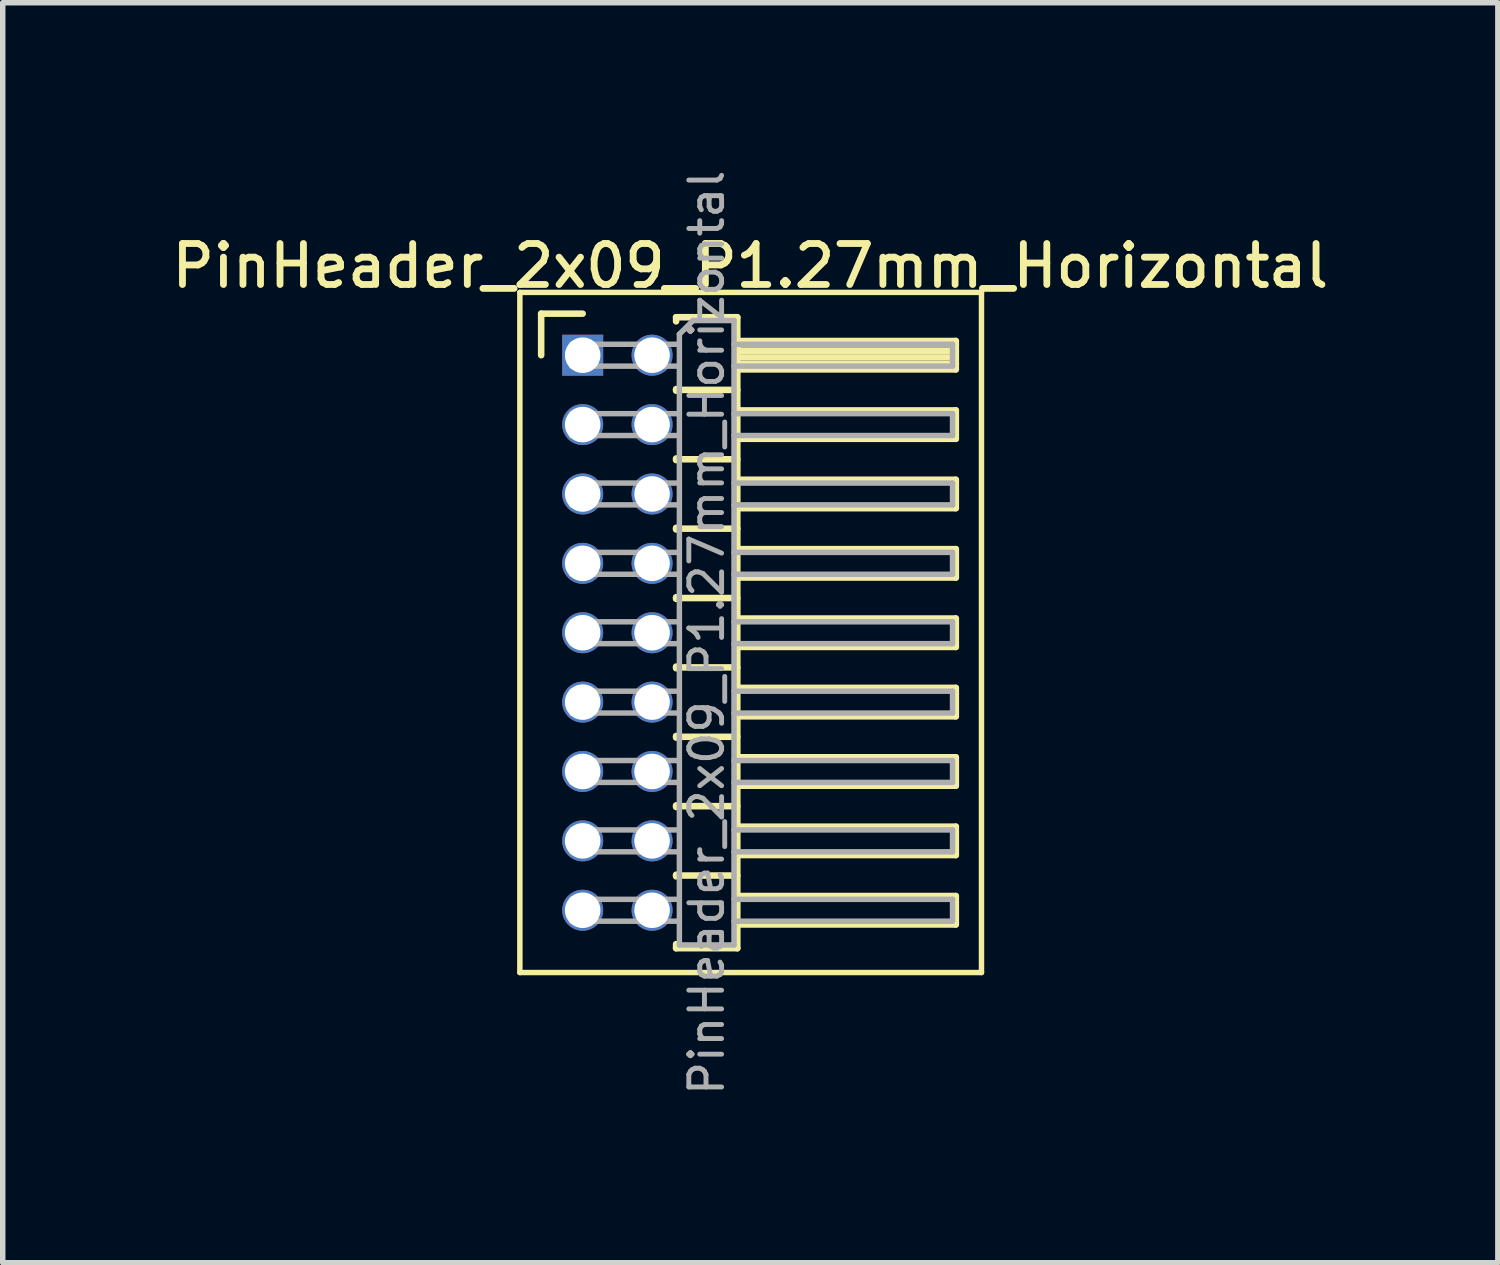
<source format=kicad_pcb>
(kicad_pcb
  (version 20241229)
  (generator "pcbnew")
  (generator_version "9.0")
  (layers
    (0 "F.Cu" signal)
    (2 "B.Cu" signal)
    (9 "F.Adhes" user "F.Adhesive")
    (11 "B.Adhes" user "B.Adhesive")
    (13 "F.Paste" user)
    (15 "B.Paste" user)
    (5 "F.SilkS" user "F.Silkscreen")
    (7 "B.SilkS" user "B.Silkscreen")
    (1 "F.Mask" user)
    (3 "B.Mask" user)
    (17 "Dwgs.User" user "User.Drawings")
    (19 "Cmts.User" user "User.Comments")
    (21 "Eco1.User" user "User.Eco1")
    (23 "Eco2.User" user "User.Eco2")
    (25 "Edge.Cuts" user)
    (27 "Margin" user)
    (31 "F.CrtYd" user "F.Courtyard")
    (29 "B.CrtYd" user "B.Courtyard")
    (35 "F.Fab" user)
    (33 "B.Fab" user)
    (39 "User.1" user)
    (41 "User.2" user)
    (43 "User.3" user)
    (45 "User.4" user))
  (footprint "PinHeader_2x09_P1.27mm_Horizontal"
    (layer "F.Cu")
    (at 7.616 3.452)
    (property "Reference" "PinHeader_2x09_P1.27mm_Horizontal" (at 3.067 -1.635 0) (layer "F.SilkS") (effects (font (size 0.75 0.75) (thickness 0.125))))
    (attr through_hole)
    (fp_line (start -1.15 -1.15) (end -1.15 11.3) (stroke (width 0.1) (type solid)) (layer "F.SilkS"))
    (fp_line (start -1.15 11.3) (end 7.3 11.3) (stroke (width 0.1) (type solid)) (layer "F.SilkS"))
    (fp_line (start -0.76 -0.76) (end 0 -0.76) (stroke (width 0.12) (type solid)) (layer "F.SilkS"))
    (fp_line (start -0.76 0) (end -0.76 -0.76) (stroke (width 0.12) (type solid)) (layer "F.SilkS"))
    (fp_line (start 1.71 -0.695) (end 2.83 -0.695) (stroke (width 0.12) (type solid)) (layer "F.SilkS"))
    (fp_line (start 1.71 -0.62) (end 1.71 -0.695) (stroke (width 0.12) (type solid)) (layer "F.SilkS"))
    (fp_line (start 1.71 0.62) (end 1.71 0.65) (stroke (width 0.12) (type solid)) (layer "F.SilkS"))
    (fp_line (start 1.71 0.635) (end 2.83 0.635) (stroke (width 0.12) (type solid)) (layer "F.SilkS"))
    (fp_line (start 1.71 1.89) (end 1.71 1.92) (stroke (width 0.12) (type solid)) (layer "F.SilkS"))
    (fp_line (start 1.71 1.905) (end 2.83 1.905) (stroke (width 0.12) (type solid)) (layer "F.SilkS"))
    (fp_line (start 1.71 3.16) (end 1.71 3.19) (stroke (width 0.12) (type solid)) (layer "F.SilkS"))
    (fp_line (start 1.71 3.175) (end 2.83 3.175) (stroke (width 0.12) (type solid)) (layer "F.SilkS"))
    (fp_line (start 1.71 4.43) (end 1.71 4.46) (stroke (width 0.12) (type solid)) (layer "F.SilkS"))
    (fp_line (start 1.71 4.445) (end 2.83 4.445) (stroke (width 0.12) (type solid)) (layer "F.SilkS"))
    (fp_line (start 1.71 5.7) (end 1.71 5.73) (stroke (width 0.12) (type solid)) (layer "F.SilkS"))
    (fp_line (start 1.71 5.715) (end 2.83 5.715) (stroke (width 0.12) (type solid)) (layer "F.SilkS"))
    (fp_line (start 1.71 6.97) (end 1.71 7) (stroke (width 0.12) (type solid)) (layer "F.SilkS"))
    (fp_line (start 1.71 6.985) (end 2.83 6.985) (stroke (width 0.12) (type solid)) (layer "F.SilkS"))
    (fp_line (start 1.71 8.24) (end 1.71 8.27) (stroke (width 0.12) (type solid)) (layer "F.SilkS"))
    (fp_line (start 1.71 8.255) (end 2.83 8.255) (stroke (width 0.12) (type solid)) (layer "F.SilkS"))
    (fp_line (start 1.71 9.51) (end 1.71 9.54) (stroke (width 0.12) (type solid)) (layer "F.SilkS"))
    (fp_line (start 1.71 9.525) (end 2.83 9.525) (stroke (width 0.12) (type solid)) (layer "F.SilkS"))
    (fp_line (start 1.71 10.855) (end 1.71 10.78) (stroke (width 0.12) (type solid)) (layer "F.SilkS"))
    (fp_line (start 2.83 -0.695) (end 2.83 10.855) (stroke (width 0.12) (type solid)) (layer "F.SilkS"))
    (fp_line (start 2.83 -0.26) (end 6.83 -0.26) (stroke (width 0.12) (type solid)) (layer "F.SilkS"))
    (fp_line (start 2.83 -0.2) (end 6.83 -0.2) (stroke (width 0.12) (type solid)) (layer "F.SilkS"))
    (fp_line (start 2.83 -0.08) (end 6.83 -0.08) (stroke (width 0.12) (type solid)) (layer "F.SilkS"))
    (fp_line (start 2.83 0.04) (end 6.83 0.04) (stroke (width 0.12) (type solid)) (layer "F.SilkS"))
    (fp_line (start 2.83 0.16) (end 6.83 0.16) (stroke (width 0.12) (type solid)) (layer "F.SilkS"))
    (fp_line (start 2.83 1.01) (end 6.83 1.01) (stroke (width 0.12) (type solid)) (layer "F.SilkS"))
    (fp_line (start 2.83 2.28) (end 6.83 2.28) (stroke (width 0.12) (type solid)) (layer "F.SilkS"))
    (fp_line (start 2.83 3.55) (end 6.83 3.55) (stroke (width 0.12) (type solid)) (layer "F.SilkS"))
    (fp_line (start 2.83 4.82) (end 6.83 4.82) (stroke (width 0.12) (type solid)) (layer "F.SilkS"))
    (fp_line (start 2.83 6.09) (end 6.83 6.09) (stroke (width 0.12) (type solid)) (layer "F.SilkS"))
    (fp_line (start 2.83 7.36) (end 6.83 7.36) (stroke (width 0.12) (type solid)) (layer "F.SilkS"))
    (fp_line (start 2.83 8.63) (end 6.83 8.63) (stroke (width 0.12) (type solid)) (layer "F.SilkS"))
    (fp_line (start 2.83 9.9) (end 6.83 9.9) (stroke (width 0.12) (type solid)) (layer "F.SilkS"))
    (fp_line (start 2.83 10.855) (end 1.71 10.855) (stroke (width 0.12) (type solid)) (layer "F.SilkS"))
    (fp_line (start 6.83 -0.26) (end 6.83 0.26) (stroke (width 0.12) (type solid)) (layer "F.SilkS"))
    (fp_line (start 6.83 0.26) (end 2.83 0.26) (stroke (width 0.12) (type solid)) (layer "F.SilkS"))
    (fp_line (start 6.83 1.01) (end 6.83 1.53) (stroke (width 0.12) (type solid)) (layer "F.SilkS"))
    (fp_line (start 6.83 1.53) (end 2.83 1.53) (stroke (width 0.12) (type solid)) (layer "F.SilkS"))
    (fp_line (start 6.83 2.28) (end 6.83 2.8) (stroke (width 0.12) (type solid)) (layer "F.SilkS"))
    (fp_line (start 6.83 2.8) (end 2.83 2.8) (stroke (width 0.12) (type solid)) (layer "F.SilkS"))
    (fp_line (start 6.83 3.55) (end 6.83 4.07) (stroke (width 0.12) (type solid)) (layer "F.SilkS"))
    (fp_line (start 6.83 4.07) (end 2.83 4.07) (stroke (width 0.12) (type solid)) (layer "F.SilkS"))
    (fp_line (start 6.83 4.82) (end 6.83 5.34) (stroke (width 0.12) (type solid)) (layer "F.SilkS"))
    (fp_line (start 6.83 5.34) (end 2.83 5.34) (stroke (width 0.12) (type solid)) (layer "F.SilkS"))
    (fp_line (start 6.83 6.09) (end 6.83 6.61) (stroke (width 0.12) (type solid)) (layer "F.SilkS"))
    (fp_line (start 6.83 6.61) (end 2.83 6.61) (stroke (width 0.12) (type solid)) (layer "F.SilkS"))
    (fp_line (start 6.83 7.36) (end 6.83 7.88) (stroke (width 0.12) (type solid)) (layer "F.SilkS"))
    (fp_line (start 6.83 7.88) (end 2.83 7.88) (stroke (width 0.12) (type solid)) (layer "F.SilkS"))
    (fp_line (start 6.83 8.63) (end 6.83 9.15) (stroke (width 0.12) (type solid)) (layer "F.SilkS"))
    (fp_line (start 6.83 9.15) (end 2.83 9.15) (stroke (width 0.12) (type solid)) (layer "F.SilkS"))
    (fp_line (start 6.83 9.9) (end 6.83 10.42) (stroke (width 0.12) (type solid)) (layer "F.SilkS"))
    (fp_line (start 6.83 10.42) (end 2.83 10.42) (stroke (width 0.12) (type solid)) (layer "F.SilkS"))
    (fp_line (start 7.3 -1.15) (end -1.15 -1.15) (stroke (width 0.1) (type solid)) (layer "F.SilkS"))
    (fp_line (start 7.3 11.3) (end 7.3 -1.15) (stroke (width 0.1) (type solid)) (layer "F.SilkS"))
    (fp_line (start -0.2 -0.2) (end -0.2 0.2) (stroke (width 0.1) (type solid)) (layer "F.Fab"))
    (fp_line (start -0.2 -0.2) (end 1.77 -0.2) (stroke (width 0.1) (type solid)) (layer "F.Fab"))
    (fp_line (start -0.2 0.2) (end 1.77 0.2) (stroke (width 0.1) (type solid)) (layer "F.Fab"))
    (fp_line (start -0.2 1.07) (end -0.2 1.47) (stroke (width 0.1) (type solid)) (layer "F.Fab"))
    (fp_line (start -0.2 1.07) (end 1.77 1.07) (stroke (width 0.1) (type solid)) (layer "F.Fab"))
    (fp_line (start -0.2 1.47) (end 1.77 1.47) (stroke (width 0.1) (type solid)) (layer "F.Fab"))
    (fp_line (start -0.2 2.34) (end -0.2 2.74) (stroke (width 0.1) (type solid)) (layer "F.Fab"))
    (fp_line (start -0.2 2.34) (end 1.77 2.34) (stroke (width 0.1) (type solid)) (layer "F.Fab"))
    (fp_line (start -0.2 2.74) (end 1.77 2.74) (stroke (width 0.1) (type solid)) (layer "F.Fab"))
    (fp_line (start -0.2 3.61) (end -0.2 4.01) (stroke (width 0.1) (type solid)) (layer "F.Fab"))
    (fp_line (start -0.2 3.61) (end 1.77 3.61) (stroke (width 0.1) (type solid)) (layer "F.Fab"))
    (fp_line (start -0.2 4.01) (end 1.77 4.01) (stroke (width 0.1) (type solid)) (layer "F.Fab"))
    (fp_line (start -0.2 4.88) (end -0.2 5.28) (stroke (width 0.1) (type solid)) (layer "F.Fab"))
    (fp_line (start -0.2 4.88) (end 1.77 4.88) (stroke (width 0.1) (type solid)) (layer "F.Fab"))
    (fp_line (start -0.2 5.28) (end 1.77 5.28) (stroke (width 0.1) (type solid)) (layer "F.Fab"))
    (fp_line (start -0.2 6.15) (end -0.2 6.55) (stroke (width 0.1) (type solid)) (layer "F.Fab"))
    (fp_line (start -0.2 6.15) (end 1.77 6.15) (stroke (width 0.1) (type solid)) (layer "F.Fab"))
    (fp_line (start -0.2 6.55) (end 1.77 6.55) (stroke (width 0.1) (type solid)) (layer "F.Fab"))
    (fp_line (start -0.2 7.42) (end -0.2 7.82) (stroke (width 0.1) (type solid)) (layer "F.Fab"))
    (fp_line (start -0.2 7.42) (end 1.77 7.42) (stroke (width 0.1) (type solid)) (layer "F.Fab"))
    (fp_line (start -0.2 7.82) (end 1.77 7.82) (stroke (width 0.1) (type solid)) (layer "F.Fab"))
    (fp_line (start -0.2 8.69) (end -0.2 9.09) (stroke (width 0.1) (type solid)) (layer "F.Fab"))
    (fp_line (start -0.2 8.69) (end 1.77 8.69) (stroke (width 0.1) (type solid)) (layer "F.Fab"))
    (fp_line (start -0.2 9.09) (end 1.77 9.09) (stroke (width 0.1) (type solid)) (layer "F.Fab"))
    (fp_line (start -0.2 9.96) (end -0.2 10.36) (stroke (width 0.1) (type solid)) (layer "F.Fab"))
    (fp_line (start -0.2 9.96) (end 1.77 9.96) (stroke (width 0.1) (type solid)) (layer "F.Fab"))
    (fp_line (start -0.2 10.36) (end 1.77 10.36) (stroke (width 0.1) (type solid)) (layer "F.Fab"))
    (fp_line (start 1.77 -0.385) (end 2.02 -0.635) (stroke (width 0.1) (type solid)) (layer "F.Fab"))
    (fp_line (start 1.77 10.795) (end 1.77 -0.385) (stroke (width 0.1) (type solid)) (layer "F.Fab"))
    (fp_line (start 2.02 -0.635) (end 2.77 -0.635) (stroke (width 0.1) (type solid)) (layer "F.Fab"))
    (fp_line (start 2.77 -0.635) (end 2.77 10.795) (stroke (width 0.1) (type solid)) (layer "F.Fab"))
    (fp_line (start 2.77 -0.2) (end 6.77 -0.2) (stroke (width 0.1) (type solid)) (layer "F.Fab"))
    (fp_line (start 2.77 0.2) (end 6.77 0.2) (stroke (width 0.1) (type solid)) (layer "F.Fab"))
    (fp_line (start 2.77 1.07) (end 6.77 1.07) (stroke (width 0.1) (type solid)) (layer "F.Fab"))
    (fp_line (start 2.77 1.47) (end 6.77 1.47) (stroke (width 0.1) (type solid)) (layer "F.Fab"))
    (fp_line (start 2.77 2.34) (end 6.77 2.34) (stroke (width 0.1) (type solid)) (layer "F.Fab"))
    (fp_line (start 2.77 2.74) (end 6.77 2.74) (stroke (width 0.1) (type solid)) (layer "F.Fab"))
    (fp_line (start 2.77 3.61) (end 6.77 3.61) (stroke (width 0.1) (type solid)) (layer "F.Fab"))
    (fp_line (start 2.77 4.01) (end 6.77 4.01) (stroke (width 0.1) (type solid)) (layer "F.Fab"))
    (fp_line (start 2.77 4.88) (end 6.77 4.88) (stroke (width 0.1) (type solid)) (layer "F.Fab"))
    (fp_line (start 2.77 5.28) (end 6.77 5.28) (stroke (width 0.1) (type solid)) (layer "F.Fab"))
    (fp_line (start 2.77 6.15) (end 6.77 6.15) (stroke (width 0.1) (type solid)) (layer "F.Fab"))
    (fp_line (start 2.77 6.55) (end 6.77 6.55) (stroke (width 0.1) (type solid)) (layer "F.Fab"))
    (fp_line (start 2.77 7.42) (end 6.77 7.42) (stroke (width 0.1) (type solid)) (layer "F.Fab"))
    (fp_line (start 2.77 7.82) (end 6.77 7.82) (stroke (width 0.1) (type solid)) (layer "F.Fab"))
    (fp_line (start 2.77 8.69) (end 6.77 8.69) (stroke (width 0.1) (type solid)) (layer "F.Fab"))
    (fp_line (start 2.77 9.09) (end 6.77 9.09) (stroke (width 0.1) (type solid)) (layer "F.Fab"))
    (fp_line (start 2.77 9.96) (end 6.77 9.96) (stroke (width 0.1) (type solid)) (layer "F.Fab"))
    (fp_line (start 2.77 10.36) (end 6.77 10.36) (stroke (width 0.1) (type solid)) (layer "F.Fab"))
    (fp_line (start 2.77 10.795) (end 1.77 10.795) (stroke (width 0.1) (type solid)) (layer "F.Fab"))
    (fp_line (start 6.77 -0.2) (end 6.77 0.2) (stroke (width 0.1) (type solid)) (layer "F.Fab"))
    (fp_line (start 6.77 1.07) (end 6.77 1.47) (stroke (width 0.1) (type solid)) (layer "F.Fab"))
    (fp_line (start 6.77 2.34) (end 6.77 2.74) (stroke (width 0.1) (type solid)) (layer "F.Fab"))
    (fp_line (start 6.77 3.61) (end 6.77 4.01) (stroke (width 0.1) (type solid)) (layer "F.Fab"))
    (fp_line (start 6.77 4.88) (end 6.77 5.28) (stroke (width 0.1) (type solid)) (layer "F.Fab"))
    (fp_line (start 6.77 6.15) (end 6.77 6.55) (stroke (width 0.1) (type solid)) (layer "F.Fab"))
    (fp_line (start 6.77 7.42) (end 6.77 7.82) (stroke (width 0.1) (type solid)) (layer "F.Fab"))
    (fp_line (start 6.77 8.69) (end 6.77 9.09) (stroke (width 0.1) (type solid)) (layer "F.Fab"))
    (fp_line (start 6.77 9.96) (end 6.77 10.36) (stroke (width 0.1) (type solid)) (layer "F.Fab"))
    (fp_text user "${REFERENCE}" (at 2.27 5.08 90) (layer "F.Fab") (effects (font (size 0.6 0.6) (thickness 0.09))))
    (pad "1" thru_hole rect (at 0 0) (size 0.75 0.75) (drill 0.65) (layers "*.Cu" "*.Mask"))
    (pad "2" thru_hole oval (at 1.27 0) (size 0.75 0.75) (drill 0.65) (layers "*.Cu" "*.Mask"))
    (pad "3" thru_hole oval (at 0 1.27) (size 0.75 0.75) (drill 0.65) (layers "*.Cu" "*.Mask"))
    (pad "4" thru_hole oval (at 1.27 1.27) (size 0.75 0.75) (drill 0.65) (layers "*.Cu" "*.Mask"))
    (pad "5" thru_hole oval (at 0 2.54) (size 0.75 0.75) (drill 0.65) (layers "*.Cu" "*.Mask"))
    (pad "6" thru_hole oval (at 1.27 2.54) (size 0.75 0.75) (drill 0.65) (layers "*.Cu" "*.Mask"))
    (pad "7" thru_hole oval (at 0 3.81) (size 0.75 0.75) (drill 0.65) (layers "*.Cu" "*.Mask"))
    (pad "8" thru_hole oval (at 1.27 3.81) (size 0.75 0.75) (drill 0.65) (layers "*.Cu" "*.Mask"))
    (pad "9" thru_hole oval (at 0 5.08) (size 0.75 0.75) (drill 0.65) (layers "*.Cu" "*.Mask"))
    (pad "10" thru_hole oval (at 1.27 5.08) (size 0.75 0.75) (drill 0.65) (layers "*.Cu" "*.Mask"))
    (pad "11" thru_hole oval (at 0 6.35) (size 0.75 0.75) (drill 0.65) (layers "*.Cu" "*.Mask"))
    (pad "12" thru_hole oval (at 1.27 6.35) (size 0.75 0.75) (drill 0.65) (layers "*.Cu" "*.Mask"))
    (pad "13" thru_hole oval (at 0 7.62) (size 0.75 0.75) (drill 0.65) (layers "*.Cu" "*.Mask"))
    (pad "14" thru_hole oval (at 1.27 7.62) (size 0.75 0.75) (drill 0.65) (layers "*.Cu" "*.Mask"))
    (pad "15" thru_hole oval (at 0 8.89) (size 0.75 0.75) (drill 0.65) (layers "*.Cu" "*.Mask"))
    (pad "16" thru_hole oval (at 1.27 8.89) (size 0.75 0.75) (drill 0.65) (layers "*.Cu" "*.Mask"))
    (pad "17" thru_hole oval (at 0 10.16) (size 0.75 0.75) (drill 0.65) (layers "*.Cu" "*.Mask"))
    (pad "18" thru_hole oval (at 1.27 10.16) (size 0.75 0.75) (drill 0.65) (layers "*.Cu" "*.Mask")))
  (gr_rect
    (start -3 -3)
    (end 24.368 20.064)
    (stroke (width 0.1) (type default))
    (fill no)
    (layer "Edge.Cuts")))
</source>
